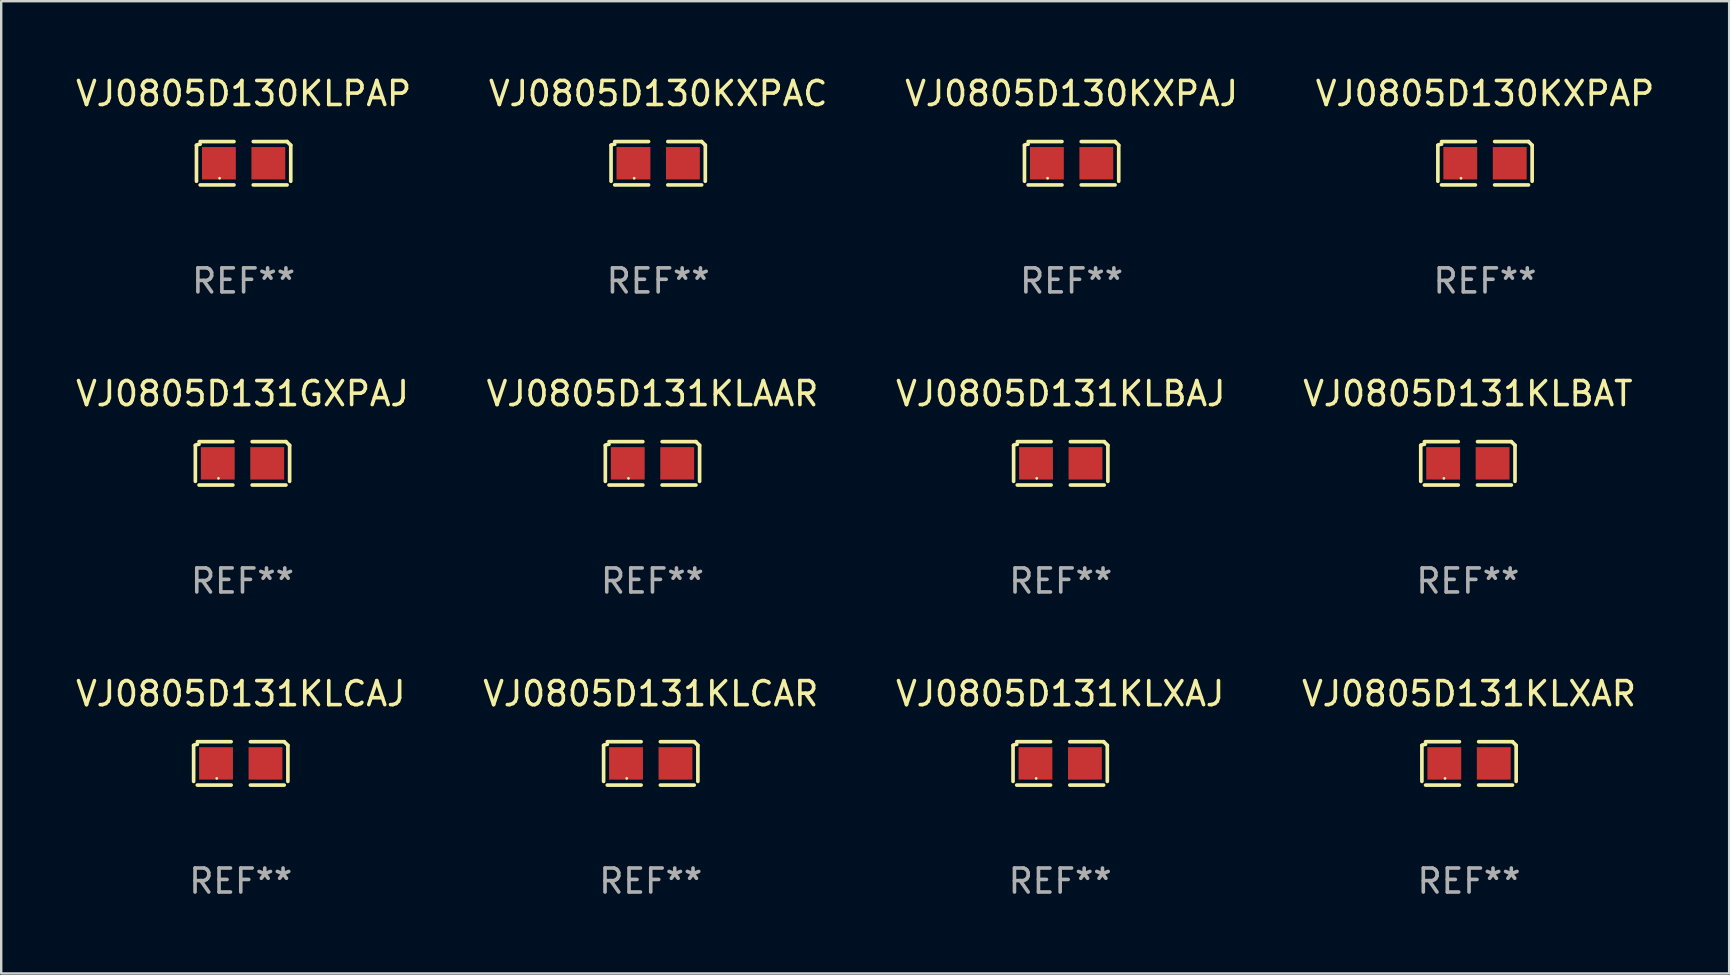
<source format=kicad_pcb>
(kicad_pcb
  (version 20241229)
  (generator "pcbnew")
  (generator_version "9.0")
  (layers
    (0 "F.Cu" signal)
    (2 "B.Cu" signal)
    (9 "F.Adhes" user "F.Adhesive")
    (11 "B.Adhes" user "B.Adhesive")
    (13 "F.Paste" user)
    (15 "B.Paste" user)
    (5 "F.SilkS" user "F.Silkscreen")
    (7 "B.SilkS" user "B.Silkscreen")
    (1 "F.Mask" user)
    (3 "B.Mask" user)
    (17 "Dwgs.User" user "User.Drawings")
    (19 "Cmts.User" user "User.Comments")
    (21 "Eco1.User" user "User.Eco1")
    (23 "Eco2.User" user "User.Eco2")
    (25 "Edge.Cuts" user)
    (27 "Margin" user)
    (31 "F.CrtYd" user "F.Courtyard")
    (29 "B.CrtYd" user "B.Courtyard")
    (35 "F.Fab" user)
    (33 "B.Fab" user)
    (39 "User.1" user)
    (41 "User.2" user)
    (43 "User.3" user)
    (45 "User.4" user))
  (footprint "VJ0805D130KXPAP"
    (layer "F.Cu")
    (at 58.827 3.752)
    (property "Reference" "VJ0805D130KXPAP" (at 0 -2.904 0) (layer "F.SilkS") (effects (font (size 1 1) (thickness 0.15))))
    (attr through_hole)
    (fp_line (start -1.964 0.751) (end -1.964 -0.751) (stroke (width 0.152) (type solid)) (layer "F.SilkS"))
    (fp_line (start -1.811 -0.904) (end -0.401 -0.904) (stroke (width 0.152) (type solid)) (layer "F.SilkS"))
    (fp_line (start -0.401 0.904) (end -1.811 0.904) (stroke (width 0.152) (type solid)) (layer "F.SilkS"))
    (fp_line (start 0.401 0.904) (end 1.811 0.904) (stroke (width 0.152) (type solid)) (layer "F.SilkS"))
    (fp_line (start 1.811 -0.904) (end 0.401 -0.904) (stroke (width 0.152) (type solid)) (layer "F.SilkS"))
    (fp_line (start 1.964 0.751) (end 1.964 -0.751) (stroke (width 0.152) (type solid)) (layer "F.SilkS"))
    (fp_arc (start -1.963602 -0.751207) (mid -1.890354 -0.783131) (end -1.811201 -0.794044) (stroke (width 0.1524) (type solid)) (layer "F.SilkS"))
    (fp_arc (start 1.811202 -0.903607) (mid 1.887413 -0.827418) (end 1.963602 -0.751207) (stroke (width 0.1524) (type solid)) (layer "F.SilkS"))
    (fp_circle (center -1 0.625) (end -0.97 0.625) (stroke (width 0.06) (type solid)) (fill no) (layer "F.SilkS"))
    (fp_text user "REF**" (at 0 4.904 0) (layer "F.Fab") (effects (font (size 1 1) (thickness 0.15))))
    (pad "1" smd rect (at -1.03 0) (size 1.41 1.35) (layers "F.Cu" "F.Mask" "F.Paste"))
    (pad "2" smd rect (at 1.03 0) (size 1.41 1.35) (layers "F.Cu" "F.Mask" "F.Paste")))
  (footprint "VJ0805D131KLAAR"
    (layer "F.Cu")
    (at 24.137 16.256)
    (property "Reference" "VJ0805D131KLAAR" (at 0 -2.904 0) (layer "F.SilkS") (effects (font (size 1 1) (thickness 0.15))))
    (attr through_hole)
    (fp_line (start -1.964 0.751) (end -1.964 -0.751) (stroke (width 0.152) (type solid)) (layer "F.SilkS"))
    (fp_line (start -1.811 -0.904) (end -0.401 -0.904) (stroke (width 0.152) (type solid)) (layer "F.SilkS"))
    (fp_line (start -0.401 0.904) (end -1.811 0.904) (stroke (width 0.152) (type solid)) (layer "F.SilkS"))
    (fp_line (start 0.401 0.904) (end 1.811 0.904) (stroke (width 0.152) (type solid)) (layer "F.SilkS"))
    (fp_line (start 1.811 -0.904) (end 0.401 -0.904) (stroke (width 0.152) (type solid)) (layer "F.SilkS"))
    (fp_line (start 1.964 0.751) (end 1.964 -0.751) (stroke (width 0.152) (type solid)) (layer "F.SilkS"))
    (fp_arc (start -1.963602 -0.751207) (mid -1.890354 -0.783131) (end -1.811201 -0.794044) (stroke (width 0.1524) (type solid)) (layer "F.SilkS"))
    (fp_arc (start 1.811202 -0.903607) (mid 1.887413 -0.827418) (end 1.963602 -0.751207) (stroke (width 0.1524) (type solid)) (layer "F.SilkS"))
    (fp_circle (center -1 0.625) (end -0.97 0.625) (stroke (width 0.06) (type solid)) (fill no) (layer "F.SilkS"))
    (fp_text user "REF**" (at 0 4.904 0) (layer "F.Fab") (effects (font (size 1 1) (thickness 0.15))))
    (pad "1" smd rect (at -1.03 0) (size 1.41 1.35) (layers "F.Cu" "F.Mask" "F.Paste"))
    (pad "2" smd rect (at 1.03 0) (size 1.41 1.35) (layers "F.Cu" "F.Mask" "F.Paste")))
  (footprint "VJ0805D131GXPAJ"
    (layer "F.Cu")
    (at 7.054 16.256)
    (property "Reference" "VJ0805D131GXPAJ" (at 0 -2.904 0) (layer "F.SilkS") (effects (font (size 1 1) (thickness 0.15))))
    (attr through_hole)
    (fp_line (start -1.964 0.751) (end -1.964 -0.751) (stroke (width 0.152) (type solid)) (layer "F.SilkS"))
    (fp_line (start -1.811 -0.904) (end -0.401 -0.904) (stroke (width 0.152) (type solid)) (layer "F.SilkS"))
    (fp_line (start -0.401 0.904) (end -1.811 0.904) (stroke (width 0.152) (type solid)) (layer "F.SilkS"))
    (fp_line (start 0.401 0.904) (end 1.811 0.904) (stroke (width 0.152) (type solid)) (layer "F.SilkS"))
    (fp_line (start 1.811 -0.904) (end 0.401 -0.904) (stroke (width 0.152) (type solid)) (layer "F.SilkS"))
    (fp_line (start 1.964 0.751) (end 1.964 -0.751) (stroke (width 0.152) (type solid)) (layer "F.SilkS"))
    (fp_arc (start -1.963602 -0.751207) (mid -1.890354 -0.783131) (end -1.811201 -0.794044) (stroke (width 0.1524) (type solid)) (layer "F.SilkS"))
    (fp_arc (start 1.811202 -0.903607) (mid 1.887413 -0.827418) (end 1.963602 -0.751207) (stroke (width 0.1524) (type solid)) (layer "F.SilkS"))
    (fp_circle (center -1 0.625) (end -0.97 0.625) (stroke (width 0.06) (type solid)) (fill no) (layer "F.SilkS"))
    (fp_text user "REF**" (at 0 4.904 0) (layer "F.Fab") (effects (font (size 1 1) (thickness 0.15))))
    (pad "1" smd rect (at -1.03 0) (size 1.41 1.35) (layers "F.Cu" "F.Mask" "F.Paste"))
    (pad "2" smd rect (at 1.03 0) (size 1.41 1.35) (layers "F.Cu" "F.Mask" "F.Paste")))
  (footprint "VJ0805D131KLBAT"
    (layer "F.Cu")
    (at 58.113 16.256)
    (property "Reference" "VJ0805D131KLBAT" (at 0 -2.904 0) (layer "F.SilkS") (effects (font (size 1 1) (thickness 0.15))))
    (attr through_hole)
    (fp_line (start -1.964 0.751) (end -1.964 -0.751) (stroke (width 0.152) (type solid)) (layer "F.SilkS"))
    (fp_line (start -1.811 -0.904) (end -0.401 -0.904) (stroke (width 0.152) (type solid)) (layer "F.SilkS"))
    (fp_line (start -0.401 0.904) (end -1.811 0.904) (stroke (width 0.152) (type solid)) (layer "F.SilkS"))
    (fp_line (start 0.401 0.904) (end 1.811 0.904) (stroke (width 0.152) (type solid)) (layer "F.SilkS"))
    (fp_line (start 1.811 -0.904) (end 0.401 -0.904) (stroke (width 0.152) (type solid)) (layer "F.SilkS"))
    (fp_line (start 1.964 0.751) (end 1.964 -0.751) (stroke (width 0.152) (type solid)) (layer "F.SilkS"))
    (fp_arc (start -1.963602 -0.751207) (mid -1.890354 -0.783131) (end -1.811201 -0.794044) (stroke (width 0.1524) (type solid)) (layer "F.SilkS"))
    (fp_arc (start 1.811202 -0.903607) (mid 1.887413 -0.827418) (end 1.963602 -0.751207) (stroke (width 0.1524) (type solid)) (layer "F.SilkS"))
    (fp_circle (center -1 0.625) (end -0.97 0.625) (stroke (width 0.06) (type solid)) (fill no) (layer "F.SilkS"))
    (fp_text user "REF**" (at 0 4.904 0) (layer "F.Fab") (effects (font (size 1 1) (thickness 0.15))))
    (pad "1" smd rect (at -1.03 0) (size 1.41 1.35) (layers "F.Cu" "F.Mask" "F.Paste"))
    (pad "2" smd rect (at 1.03 0) (size 1.41 1.35) (layers "F.Cu" "F.Mask" "F.Paste")))
  (footprint "VJ0805D131KLBAJ"
    (layer "F.Cu")
    (at 41.149 16.256)
    (property "Reference" "VJ0805D131KLBAJ" (at 0 -2.904 0) (layer "F.SilkS") (effects (font (size 1 1) (thickness 0.15))))
    (attr through_hole)
    (fp_line (start -1.964 0.751) (end -1.964 -0.751) (stroke (width 0.152) (type solid)) (layer "F.SilkS"))
    (fp_line (start -1.811 -0.904) (end -0.401 -0.904) (stroke (width 0.152) (type solid)) (layer "F.SilkS"))
    (fp_line (start -0.401 0.904) (end -1.811 0.904) (stroke (width 0.152) (type solid)) (layer "F.SilkS"))
    (fp_line (start 0.401 0.904) (end 1.811 0.904) (stroke (width 0.152) (type solid)) (layer "F.SilkS"))
    (fp_line (start 1.811 -0.904) (end 0.401 -0.904) (stroke (width 0.152) (type solid)) (layer "F.SilkS"))
    (fp_line (start 1.964 0.751) (end 1.964 -0.751) (stroke (width 0.152) (type solid)) (layer "F.SilkS"))
    (fp_arc (start -1.963602 -0.751207) (mid -1.890354 -0.783131) (end -1.811201 -0.794044) (stroke (width 0.1524) (type solid)) (layer "F.SilkS"))
    (fp_arc (start 1.811202 -0.903607) (mid 1.887413 -0.827418) (end 1.963602 -0.751207) (stroke (width 0.1524) (type solid)) (layer "F.SilkS"))
    (fp_circle (center -1 0.625) (end -0.97 0.625) (stroke (width 0.06) (type solid)) (fill no) (layer "F.SilkS"))
    (fp_text user "REF**" (at 0 4.904 0) (layer "F.Fab") (effects (font (size 1 1) (thickness 0.15))))
    (pad "1" smd rect (at -1.03 0) (size 1.41 1.35) (layers "F.Cu" "F.Mask" "F.Paste"))
    (pad "2" smd rect (at 1.03 0) (size 1.41 1.35) (layers "F.Cu" "F.Mask" "F.Paste")))
  (footprint "VJ0805D131KLXAR"
    (layer "F.Cu")
    (at 58.161 28.759)
    (property "Reference" "VJ0805D131KLXAR" (at 0 -2.904 0) (layer "F.SilkS") (effects (font (size 1 1) (thickness 0.15))))
    (attr through_hole)
    (fp_line (start -1.964 0.751) (end -1.964 -0.751) (stroke (width 0.152) (type solid)) (layer "F.SilkS"))
    (fp_line (start -1.811 -0.904) (end -0.401 -0.904) (stroke (width 0.152) (type solid)) (layer "F.SilkS"))
    (fp_line (start -0.401 0.904) (end -1.811 0.904) (stroke (width 0.152) (type solid)) (layer "F.SilkS"))
    (fp_line (start 0.401 0.904) (end 1.811 0.904) (stroke (width 0.152) (type solid)) (layer "F.SilkS"))
    (fp_line (start 1.811 -0.904) (end 0.401 -0.904) (stroke (width 0.152) (type solid)) (layer "F.SilkS"))
    (fp_line (start 1.964 0.751) (end 1.964 -0.751) (stroke (width 0.152) (type solid)) (layer "F.SilkS"))
    (fp_arc (start -1.963602 -0.751207) (mid -1.890354 -0.783131) (end -1.811201 -0.794044) (stroke (width 0.1524) (type solid)) (layer "F.SilkS"))
    (fp_arc (start 1.811202 -0.903607) (mid 1.887413 -0.827418) (end 1.963602 -0.751207) (stroke (width 0.1524) (type solid)) (layer "F.SilkS"))
    (fp_circle (center -1 0.625) (end -0.97 0.625) (stroke (width 0.06) (type solid)) (fill no) (layer "F.SilkS"))
    (fp_text user "REF**" (at 0 4.904 0) (layer "F.Fab") (effects (font (size 1 1) (thickness 0.15))))
    (pad "1" smd rect (at -1.03 0) (size 1.41 1.35) (layers "F.Cu" "F.Mask" "F.Paste"))
    (pad "2" smd rect (at 1.03 0) (size 1.41 1.35) (layers "F.Cu" "F.Mask" "F.Paste")))
  (footprint "VJ0805D131KLCAR"
    (layer "F.Cu")
    (at 24.065 28.759)
    (property "Reference" "VJ0805D131KLCAR" (at 0 -2.904 0) (layer "F.SilkS") (effects (font (size 1 1) (thickness 0.15))))
    (attr through_hole)
    (fp_line (start -1.964 0.751) (end -1.964 -0.751) (stroke (width 0.152) (type solid)) (layer "F.SilkS"))
    (fp_line (start -1.811 -0.904) (end -0.401 -0.904) (stroke (width 0.152) (type solid)) (layer "F.SilkS"))
    (fp_line (start -0.401 0.904) (end -1.811 0.904) (stroke (width 0.152) (type solid)) (layer "F.SilkS"))
    (fp_line (start 0.401 0.904) (end 1.811 0.904) (stroke (width 0.152) (type solid)) (layer "F.SilkS"))
    (fp_line (start 1.811 -0.904) (end 0.401 -0.904) (stroke (width 0.152) (type solid)) (layer "F.SilkS"))
    (fp_line (start 1.964 0.751) (end 1.964 -0.751) (stroke (width 0.152) (type solid)) (layer "F.SilkS"))
    (fp_arc (start -1.963602 -0.751207) (mid -1.890354 -0.783131) (end -1.811201 -0.794044) (stroke (width 0.1524) (type solid)) (layer "F.SilkS"))
    (fp_arc (start 1.811202 -0.903607) (mid 1.887413 -0.827418) (end 1.963602 -0.751207) (stroke (width 0.1524) (type solid)) (layer "F.SilkS"))
    (fp_circle (center -1 0.625) (end -0.97 0.625) (stroke (width 0.06) (type solid)) (fill no) (layer "F.SilkS"))
    (fp_text user "REF**" (at 0 4.904 0) (layer "F.Fab") (effects (font (size 1 1) (thickness 0.15))))
    (pad "1" smd rect (at -1.03 0) (size 1.41 1.35) (layers "F.Cu" "F.Mask" "F.Paste"))
    (pad "2" smd rect (at 1.03 0) (size 1.41 1.35) (layers "F.Cu" "F.Mask" "F.Paste")))
  (footprint "VJ0805D131KLCAJ"
    (layer "F.Cu")
    (at 6.982 28.759)
    (property "Reference" "VJ0805D131KLCAJ" (at 0 -2.904 0) (layer "F.SilkS") (effects (font (size 1 1) (thickness 0.15))))
    (attr through_hole)
    (fp_line (start -1.964 0.751) (end -1.964 -0.751) (stroke (width 0.152) (type solid)) (layer "F.SilkS"))
    (fp_line (start -1.811 -0.904) (end -0.401 -0.904) (stroke (width 0.152) (type solid)) (layer "F.SilkS"))
    (fp_line (start -0.401 0.904) (end -1.811 0.904) (stroke (width 0.152) (type solid)) (layer "F.SilkS"))
    (fp_line (start 0.401 0.904) (end 1.811 0.904) (stroke (width 0.152) (type solid)) (layer "F.SilkS"))
    (fp_line (start 1.811 -0.904) (end 0.401 -0.904) (stroke (width 0.152) (type solid)) (layer "F.SilkS"))
    (fp_line (start 1.964 0.751) (end 1.964 -0.751) (stroke (width 0.152) (type solid)) (layer "F.SilkS"))
    (fp_arc (start -1.963602 -0.751207) (mid -1.890354 -0.783131) (end -1.811201 -0.794044) (stroke (width 0.1524) (type solid)) (layer "F.SilkS"))
    (fp_arc (start 1.811202 -0.903607) (mid 1.887413 -0.827418) (end 1.963602 -0.751207) (stroke (width 0.1524) (type solid)) (layer "F.SilkS"))
    (fp_circle (center -1 0.625) (end -0.97 0.625) (stroke (width 0.06) (type solid)) (fill no) (layer "F.SilkS"))
    (fp_text user "REF**" (at 0 4.904 0) (layer "F.Fab") (effects (font (size 1 1) (thickness 0.15))))
    (pad "1" smd rect (at -1.03 0) (size 1.41 1.35) (layers "F.Cu" "F.Mask" "F.Paste"))
    (pad "2" smd rect (at 1.03 0) (size 1.41 1.35) (layers "F.Cu" "F.Mask" "F.Paste")))
  (footprint "VJ0805D131KLXAJ"
    (layer "F.Cu")
    (at 41.125 28.759)
    (property "Reference" "VJ0805D131KLXAJ" (at 0 -2.904 0) (layer "F.SilkS") (effects (font (size 1 1) (thickness 0.15))))
    (attr through_hole)
    (fp_line (start -1.964 0.751) (end -1.964 -0.751) (stroke (width 0.152) (type solid)) (layer "F.SilkS"))
    (fp_line (start -1.811 -0.904) (end -0.401 -0.904) (stroke (width 0.152) (type solid)) (layer "F.SilkS"))
    (fp_line (start -0.401 0.904) (end -1.811 0.904) (stroke (width 0.152) (type solid)) (layer "F.SilkS"))
    (fp_line (start 0.401 0.904) (end 1.811 0.904) (stroke (width 0.152) (type solid)) (layer "F.SilkS"))
    (fp_line (start 1.811 -0.904) (end 0.401 -0.904) (stroke (width 0.152) (type solid)) (layer "F.SilkS"))
    (fp_line (start 1.964 0.751) (end 1.964 -0.751) (stroke (width 0.152) (type solid)) (layer "F.SilkS"))
    (fp_arc (start -1.963602 -0.751207) (mid -1.890354 -0.783131) (end -1.811201 -0.794044) (stroke (width 0.1524) (type solid)) (layer "F.SilkS"))
    (fp_arc (start 1.811202 -0.903607) (mid 1.887413 -0.827418) (end 1.963602 -0.751207) (stroke (width 0.1524) (type solid)) (layer "F.SilkS"))
    (fp_circle (center -1 0.625) (end -0.97 0.625) (stroke (width 0.06) (type solid)) (fill no) (layer "F.SilkS"))
    (fp_text user "REF**" (at 0 4.904 0) (layer "F.Fab") (effects (font (size 1 1) (thickness 0.15))))
    (pad "1" smd rect (at -1.03 0) (size 1.41 1.35) (layers "F.Cu" "F.Mask" "F.Paste"))
    (pad "2" smd rect (at 1.03 0) (size 1.41 1.35) (layers "F.Cu" "F.Mask" "F.Paste")))
  (footprint "VJ0805D130KLPAP"
    (layer "F.Cu")
    (at 7.101 3.752)
    (property "Reference" "VJ0805D130KLPAP" (at 0 -2.904 0) (layer "F.SilkS") (effects (font (size 1 1) (thickness 0.15))))
    (attr through_hole)
    (fp_line (start -1.964 0.751) (end -1.964 -0.751) (stroke (width 0.152) (type solid)) (layer "F.SilkS"))
    (fp_line (start -1.811 -0.904) (end -0.401 -0.904) (stroke (width 0.152) (type solid)) (layer "F.SilkS"))
    (fp_line (start -0.401 0.904) (end -1.811 0.904) (stroke (width 0.152) (type solid)) (layer "F.SilkS"))
    (fp_line (start 0.401 0.904) (end 1.811 0.904) (stroke (width 0.152) (type solid)) (layer "F.SilkS"))
    (fp_line (start 1.811 -0.904) (end 0.401 -0.904) (stroke (width 0.152) (type solid)) (layer "F.SilkS"))
    (fp_line (start 1.964 0.751) (end 1.964 -0.751) (stroke (width 0.152) (type solid)) (layer "F.SilkS"))
    (fp_arc (start -1.963602 -0.751207) (mid -1.890354 -0.783131) (end -1.811201 -0.794044) (stroke (width 0.1524) (type solid)) (layer "F.SilkS"))
    (fp_arc (start 1.811202 -0.903607) (mid 1.887413 -0.827418) (end 1.963602 -0.751207) (stroke (width 0.1524) (type solid)) (layer "F.SilkS"))
    (fp_circle (center -1 0.625) (end -0.97 0.625) (stroke (width 0.06) (type solid)) (fill no) (layer "F.SilkS"))
    (fp_text user "REF**" (at 0 4.904 0) (layer "F.Fab") (effects (font (size 1 1) (thickness 0.15))))
    (pad "1" smd rect (at -1.03 0) (size 1.41 1.35) (layers "F.Cu" "F.Mask" "F.Paste"))
    (pad "2" smd rect (at 1.03 0) (size 1.41 1.35) (layers "F.Cu" "F.Mask" "F.Paste")))
  (footprint "VJ0805D130KXPAC"
    (layer "F.Cu")
    (at 24.375 3.752)
    (property "Reference" "VJ0805D130KXPAC" (at 0 -2.904 0) (layer "F.SilkS") (effects (font (size 1 1) (thickness 0.15))))
    (attr through_hole)
    (fp_line (start -1.964 0.751) (end -1.964 -0.751) (stroke (width 0.152) (type solid)) (layer "F.SilkS"))
    (fp_line (start -1.811 -0.904) (end -0.401 -0.904) (stroke (width 0.152) (type solid)) (layer "F.SilkS"))
    (fp_line (start -0.401 0.904) (end -1.811 0.904) (stroke (width 0.152) (type solid)) (layer "F.SilkS"))
    (fp_line (start 0.401 0.904) (end 1.811 0.904) (stroke (width 0.152) (type solid)) (layer "F.SilkS"))
    (fp_line (start 1.811 -0.904) (end 0.401 -0.904) (stroke (width 0.152) (type solid)) (layer "F.SilkS"))
    (fp_line (start 1.964 0.751) (end 1.964 -0.751) (stroke (width 0.152) (type solid)) (layer "F.SilkS"))
    (fp_arc (start -1.963602 -0.751207) (mid -1.890354 -0.783131) (end -1.811201 -0.794044) (stroke (width 0.1524) (type solid)) (layer "F.SilkS"))
    (fp_arc (start 1.811202 -0.903607) (mid 1.887413 -0.827418) (end 1.963602 -0.751207) (stroke (width 0.1524) (type solid)) (layer "F.SilkS"))
    (fp_circle (center -1 0.625) (end -0.97 0.625) (stroke (width 0.06) (type solid)) (fill no) (layer "F.SilkS"))
    (fp_text user "REF**" (at 0 4.904 0) (layer "F.Fab") (effects (font (size 1 1) (thickness 0.15))))
    (pad "1" smd rect (at -1.03 0) (size 1.41 1.35) (layers "F.Cu" "F.Mask" "F.Paste"))
    (pad "2" smd rect (at 1.03 0) (size 1.41 1.35) (layers "F.Cu" "F.Mask" "F.Paste")))
  (footprint "VJ0805D130KXPAJ"
    (layer "F.Cu")
    (at 41.601 3.752)
    (property "Reference" "VJ0805D130KXPAJ" (at 0 -2.904 0) (layer "F.SilkS") (effects (font (size 1 1) (thickness 0.15))))
    (attr through_hole)
    (fp_line (start -1.964 0.751) (end -1.964 -0.751) (stroke (width 0.152) (type solid)) (layer "F.SilkS"))
    (fp_line (start -1.811 -0.904) (end -0.401 -0.904) (stroke (width 0.152) (type solid)) (layer "F.SilkS"))
    (fp_line (start -0.401 0.904) (end -1.811 0.904) (stroke (width 0.152) (type solid)) (layer "F.SilkS"))
    (fp_line (start 0.401 0.904) (end 1.811 0.904) (stroke (width 0.152) (type solid)) (layer "F.SilkS"))
    (fp_line (start 1.811 -0.904) (end 0.401 -0.904) (stroke (width 0.152) (type solid)) (layer "F.SilkS"))
    (fp_line (start 1.964 0.751) (end 1.964 -0.751) (stroke (width 0.152) (type solid)) (layer "F.SilkS"))
    (fp_arc (start -1.963602 -0.751207) (mid -1.890354 -0.783131) (end -1.811201 -0.794044) (stroke (width 0.1524) (type solid)) (layer "F.SilkS"))
    (fp_arc (start 1.811202 -0.903607) (mid 1.887413 -0.827418) (end 1.963602 -0.751207) (stroke (width 0.1524) (type solid)) (layer "F.SilkS"))
    (fp_circle (center -1 0.625) (end -0.97 0.625) (stroke (width 0.06) (type solid)) (fill no) (layer "F.SilkS"))
    (fp_text user "REF**" (at 0 4.904 0) (layer "F.Fab") (effects (font (size 1 1) (thickness 0.15))))
    (pad "1" smd rect (at -1.03 0) (size 1.41 1.35) (layers "F.Cu" "F.Mask" "F.Paste"))
    (pad "2" smd rect (at 1.03 0) (size 1.41 1.35) (layers "F.Cu" "F.Mask" "F.Paste")))
  (gr_rect
    (start -3 -3)
    (end 69 37.511)
    (stroke (width 0.1) (type default))
    (fill no)
    (layer "Edge.Cuts")))
</source>
